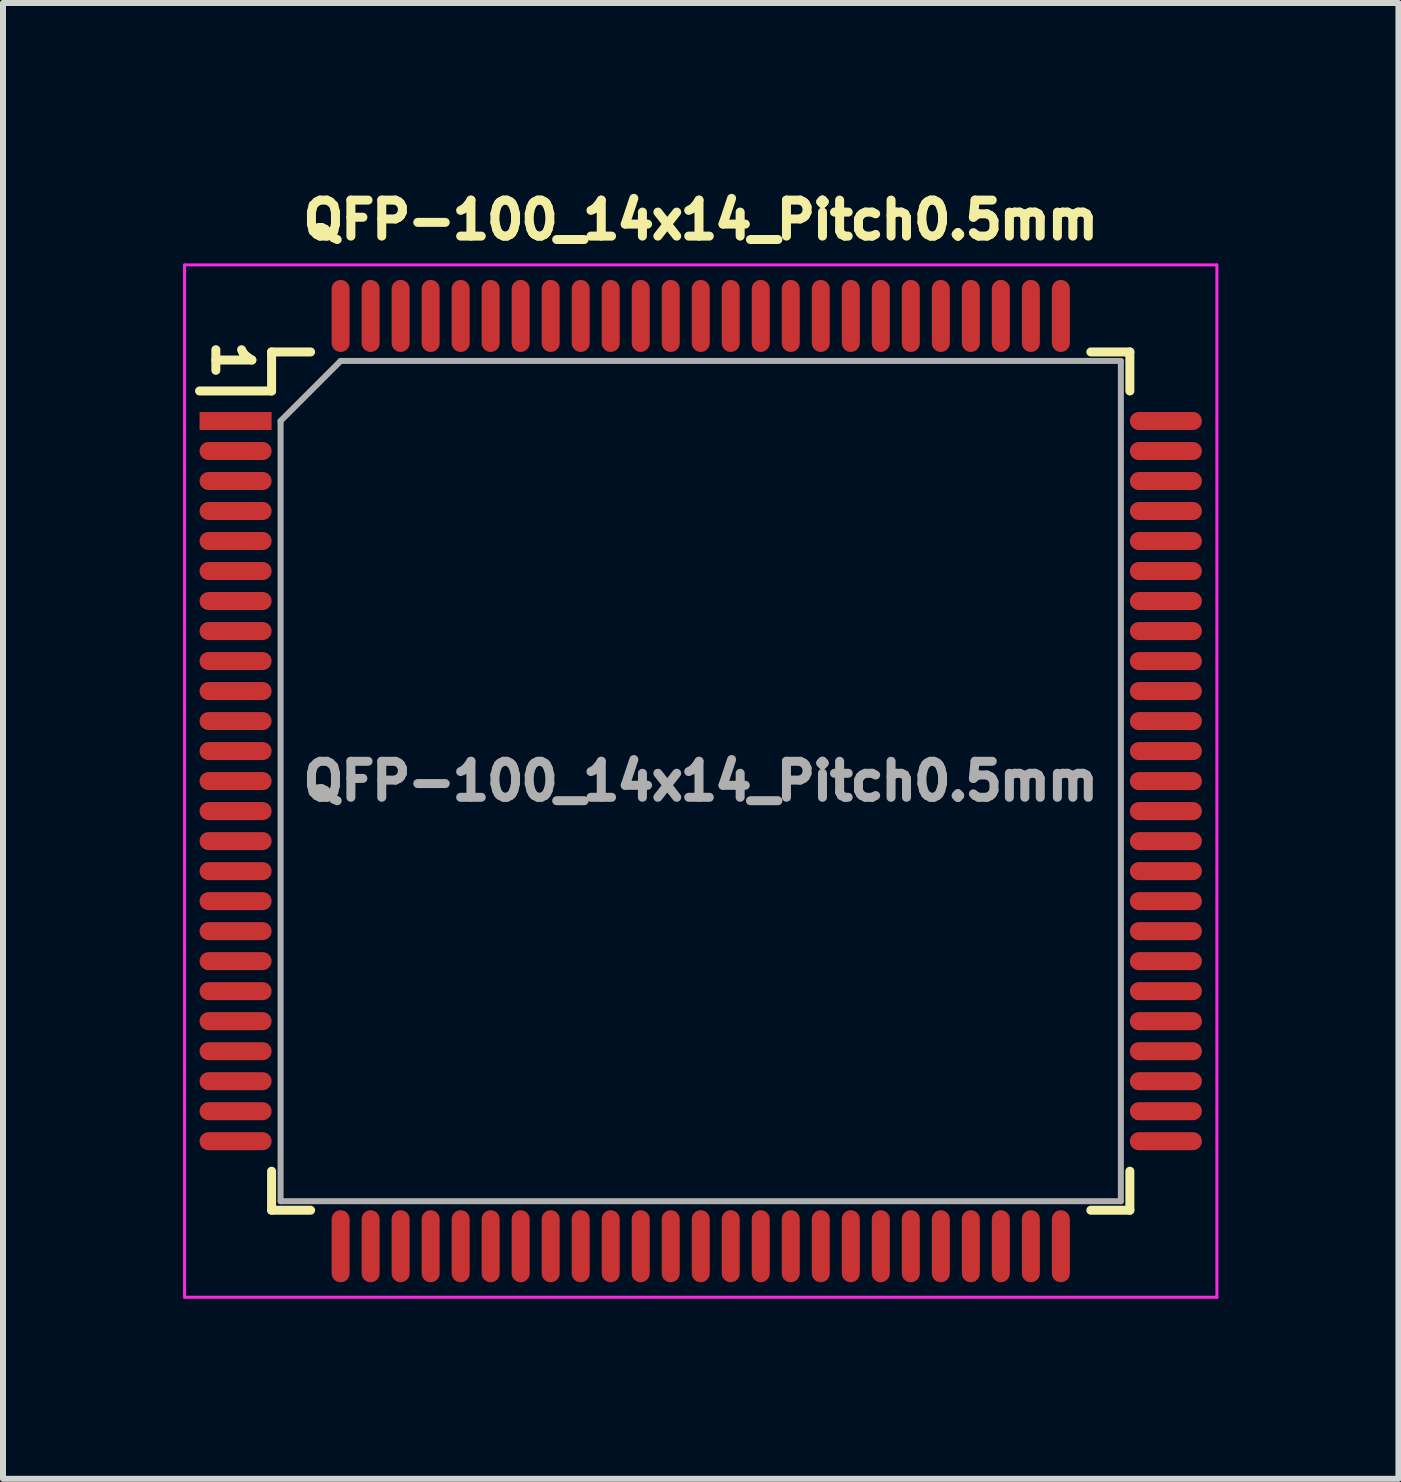
<source format=kicad_pcb>
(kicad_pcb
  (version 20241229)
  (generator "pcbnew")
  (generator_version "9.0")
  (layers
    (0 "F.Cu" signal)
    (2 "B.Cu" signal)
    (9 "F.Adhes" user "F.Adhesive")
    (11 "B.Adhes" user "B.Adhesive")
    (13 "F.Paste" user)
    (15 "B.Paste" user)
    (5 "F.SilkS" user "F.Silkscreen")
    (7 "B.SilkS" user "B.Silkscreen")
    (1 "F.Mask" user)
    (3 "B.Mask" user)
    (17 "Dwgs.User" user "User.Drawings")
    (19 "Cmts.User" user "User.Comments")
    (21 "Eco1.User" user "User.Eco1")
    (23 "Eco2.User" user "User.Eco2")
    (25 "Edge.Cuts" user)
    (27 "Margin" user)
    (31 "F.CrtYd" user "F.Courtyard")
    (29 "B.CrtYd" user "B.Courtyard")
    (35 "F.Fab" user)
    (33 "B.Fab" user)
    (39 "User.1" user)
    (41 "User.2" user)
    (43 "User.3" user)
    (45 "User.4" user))
  (footprint "QFP-100_14x14_Pitch0.5mm"
    (layer "F.Cu")
    (at 8.625 9.964)
    (property "Reference" "QFP-100_14x14_Pitch0.5mm" (at 0 -9.35 0) (layer "F.SilkS") (effects (font (size 0.6 0.6) (thickness 0.15))))
    (attr smd)
    (fp_line (start -7.15 -7.15) (end -7.15 -6.5) (stroke (width 0.15) (type default)) (layer "F.SilkS"))
    (fp_line (start -7.15 -6.5) (end -8.35 -6.5) (stroke (width 0.15) (type default)) (layer "F.SilkS"))
    (fp_line (start -7.15 7.15) (end -7.15 6.5) (stroke (width 0.15) (type default)) (layer "F.SilkS"))
    (fp_line (start -6.5 -7.15) (end -7.15 -7.15) (stroke (width 0.15) (type default)) (layer "F.SilkS"))
    (fp_line (start -6.5 7.15) (end -7.15 7.15) (stroke (width 0.15) (type default)) (layer "F.SilkS"))
    (fp_line (start 6.5 -7.15) (end 7.15 -7.15) (stroke (width 0.15) (type default)) (layer "F.SilkS"))
    (fp_line (start 6.5 7.15) (end 7.15 7.15) (stroke (width 0.15) (type default)) (layer "F.SilkS"))
    (fp_line (start 7.15 -7.15) (end 7.15 -6.5) (stroke (width 0.15) (type default)) (layer "F.SilkS"))
    (fp_line (start 7.15 7.15) (end 7.15 6.5) (stroke (width 0.15) (type default)) (layer "F.SilkS"))
    (fp_line (start -8.6 -8.6) (end 8.6 -8.6) (stroke (width 0.05) (type default)) (layer "F.CrtYd"))
    (fp_line (start -8.6 8.6) (end -8.6 -8.6) (stroke (width 0.05) (type default)) (layer "F.CrtYd"))
    (fp_line (start 8.6 -8.6) (end 8.6 8.6) (stroke (width 0.05) (type default)) (layer "F.CrtYd"))
    (fp_line (start 8.6 8.6) (end -8.6 8.6) (stroke (width 0.05) (type default)) (layer "F.CrtYd"))
    (fp_line (start -7 -6) (end -7 7) (stroke (width 0.1) (type default)) (layer "F.Fab"))
    (fp_line (start -7 7) (end 7 7) (stroke (width 0.1) (type default)) (layer "F.Fab"))
    (fp_line (start -6 -7) (end -7 -6) (stroke (width 0.1) (type default)) (layer "F.Fab"))
    (fp_line (start 7 -7) (end -6 -7) (stroke (width 0.1) (type default)) (layer "F.Fab"))
    (fp_line (start 7 7) (end 7 -7) (stroke (width 0.1) (type default)) (layer "F.Fab"))
    (fp_text user "1" (at -8.16 -7.4 270) (unlocked yes) (layer "F.SilkS") (effects (font (size 0.6 0.6) (thickness 0.15)) (justify left bottom)))
    (fp_text user "${REFERENCE}" (at 0 0 0) (layer "F.Fab") (effects (font (size 0.6 0.6) (thickness 0.15))))
    (pad "1" smd rect (at -7.75 -6 90) (size 0.3 1.2) (layers "F.Cu" "F.Mask" "F.Paste"))
    (pad "2" smd oval (at -7.75 -5.5 90) (size 0.3 1.2) (layers "F.Cu" "F.Mask" "F.Paste"))
    (pad "3" smd oval (at -7.75 -5 90) (size 0.3 1.2) (layers "F.Cu" "F.Mask" "F.Paste"))
    (pad "4" smd oval (at -7.75 -4.5 90) (size 0.3 1.2) (layers "F.Cu" "F.Mask" "F.Paste"))
    (pad "5" smd oval (at -7.75 -4 90) (size 0.3 1.2) (layers "F.Cu" "F.Mask" "F.Paste"))
    (pad "6" smd oval (at -7.75 -3.5 90) (size 0.3 1.2) (layers "F.Cu" "F.Mask" "F.Paste"))
    (pad "7" smd oval (at -7.75 -3 90) (size 0.3 1.2) (layers "F.Cu" "F.Mask" "F.Paste"))
    (pad "8" smd oval (at -7.75 -2.5 90) (size 0.3 1.2) (layers "F.Cu" "F.Mask" "F.Paste"))
    (pad "9" smd oval (at -7.75 -2 90) (size 0.3 1.2) (layers "F.Cu" "F.Mask" "F.Paste"))
    (pad "10" smd oval (at -7.75 -1.5 90) (size 0.3 1.2) (layers "F.Cu" "F.Mask" "F.Paste"))
    (pad "11" smd oval (at -7.75 -1 90) (size 0.3 1.2) (layers "F.Cu" "F.Mask" "F.Paste"))
    (pad "12" smd oval (at -7.75 -0.5 90) (size 0.3 1.2) (layers "F.Cu" "F.Mask" "F.Paste"))
    (pad "13" smd oval (at -7.75 0 90) (size 0.3 1.2) (layers "F.Cu" "F.Mask" "F.Paste"))
    (pad "14" smd oval (at -7.75 0.5 90) (size 0.3 1.2) (layers "F.Cu" "F.Mask" "F.Paste"))
    (pad "15" smd oval (at -7.75 1 90) (size 0.3 1.2) (layers "F.Cu" "F.Mask" "F.Paste"))
    (pad "16" smd oval (at -7.75 1.5 90) (size 0.3 1.2) (layers "F.Cu" "F.Mask" "F.Paste"))
    (pad "17" smd oval (at -7.75 2 90) (size 0.3 1.2) (layers "F.Cu" "F.Mask" "F.Paste"))
    (pad "18" smd oval (at -7.75 2.5 90) (size 0.3 1.2) (layers "F.Cu" "F.Mask" "F.Paste"))
    (pad "19" smd oval (at -7.75 3 90) (size 0.3 1.2) (layers "F.Cu" "F.Mask" "F.Paste"))
    (pad "20" smd oval (at -7.75 3.5 90) (size 0.3 1.2) (layers "F.Cu" "F.Mask" "F.Paste"))
    (pad "21" smd oval (at -7.75 4 90) (size 0.3 1.2) (layers "F.Cu" "F.Mask" "F.Paste"))
    (pad "22" smd oval (at -7.75 4.5 90) (size 0.3 1.2) (layers "F.Cu" "F.Mask" "F.Paste"))
    (pad "23" smd oval (at -7.75 5 90) (size 0.3 1.2) (layers "F.Cu" "F.Mask" "F.Paste"))
    (pad "24" smd oval (at -7.75 5.5 90) (size 0.3 1.2) (layers "F.Cu" "F.Mask" "F.Paste"))
    (pad "25" smd oval (at -7.75 6 90) (size 0.3 1.2) (layers "F.Cu" "F.Mask" "F.Paste"))
    (pad "26" smd oval (at -6 7.75) (size 0.3 1.2) (layers "F.Cu" "F.Mask" "F.Paste"))
    (pad "27" smd oval (at -5.5 7.75) (size 0.3 1.2) (layers "F.Cu" "F.Mask" "F.Paste"))
    (pad "28" smd oval (at -5 7.75) (size 0.3 1.2) (layers "F.Cu" "F.Mask" "F.Paste"))
    (pad "29" smd oval (at -4.5 7.75) (size 0.3 1.2) (layers "F.Cu" "F.Mask" "F.Paste"))
    (pad "30" smd oval (at -4 7.75) (size 0.3 1.2) (layers "F.Cu" "F.Mask" "F.Paste"))
    (pad "31" smd oval (at -3.5 7.75) (size 0.3 1.2) (layers "F.Cu" "F.Mask" "F.Paste"))
    (pad "32" smd oval (at -3 7.75) (size 0.3 1.2) (layers "F.Cu" "F.Mask" "F.Paste"))
    (pad "33" smd oval (at -2.5 7.75) (size 0.3 1.2) (layers "F.Cu" "F.Mask" "F.Paste"))
    (pad "34" smd oval (at -2 7.75) (size 0.3 1.2) (layers "F.Cu" "F.Mask" "F.Paste"))
    (pad "35" smd oval (at -1.5 7.75) (size 0.3 1.2) (layers "F.Cu" "F.Mask" "F.Paste"))
    (pad "36" smd oval (at -1 7.75) (size 0.3 1.2) (layers "F.Cu" "F.Mask" "F.Paste"))
    (pad "37" smd oval (at -0.5 7.75) (size 0.3 1.2) (layers "F.Cu" "F.Mask" "F.Paste"))
    (pad "38" smd oval (at 0 7.75) (size 0.3 1.2) (layers "F.Cu" "F.Mask" "F.Paste"))
    (pad "39" smd oval (at 0.5 7.75) (size 0.3 1.2) (layers "F.Cu" "F.Mask" "F.Paste"))
    (pad "40" smd oval (at 1 7.75) (size 0.3 1.2) (layers "F.Cu" "F.Mask" "F.Paste"))
    (pad "41" smd oval (at 1.5 7.75) (size 0.3 1.2) (layers "F.Cu" "F.Mask" "F.Paste"))
    (pad "42" smd oval (at 2 7.75) (size 0.3 1.2) (layers "F.Cu" "F.Mask" "F.Paste"))
    (pad "43" smd oval (at 2.5 7.75) (size 0.3 1.2) (layers "F.Cu" "F.Mask" "F.Paste"))
    (pad "44" smd oval (at 3 7.75) (size 0.3 1.2) (layers "F.Cu" "F.Mask" "F.Paste"))
    (pad "45" smd oval (at 3.5 7.75) (size 0.3 1.2) (layers "F.Cu" "F.Mask" "F.Paste"))
    (pad "46" smd oval (at 4 7.75) (size 0.3 1.2) (layers "F.Cu" "F.Mask" "F.Paste"))
    (pad "47" smd oval (at 4.5 7.75) (size 0.3 1.2) (layers "F.Cu" "F.Mask" "F.Paste"))
    (pad "48" smd oval (at 5 7.75) (size 0.3 1.2) (layers "F.Cu" "F.Mask" "F.Paste"))
    (pad "49" smd oval (at 5.5 7.75) (size 0.3 1.2) (layers "F.Cu" "F.Mask" "F.Paste"))
    (pad "50" smd oval (at 6 7.75) (size 0.3 1.2) (layers "F.Cu" "F.Mask" "F.Paste"))
    (pad "51" smd oval (at 7.75 6 90) (size 0.3 1.2) (layers "F.Cu" "F.Mask" "F.Paste"))
    (pad "52" smd oval (at 7.75 5.5 90) (size 0.3 1.2) (layers "F.Cu" "F.Mask" "F.Paste"))
    (pad "53" smd oval (at 7.75 5 90) (size 0.3 1.2) (layers "F.Cu" "F.Mask" "F.Paste"))
    (pad "54" smd oval (at 7.75 4.5 90) (size 0.3 1.2) (layers "F.Cu" "F.Mask" "F.Paste"))
    (pad "55" smd oval (at 7.75 4 90) (size 0.3 1.2) (layers "F.Cu" "F.Mask" "F.Paste"))
    (pad "56" smd oval (at 7.75 3.5 90) (size 0.3 1.2) (layers "F.Cu" "F.Mask" "F.Paste"))
    (pad "57" smd oval (at 7.75 3 90) (size 0.3 1.2) (layers "F.Cu" "F.Mask" "F.Paste"))
    (pad "58" smd oval (at 7.75 2.5 90) (size 0.3 1.2) (layers "F.Cu" "F.Mask" "F.Paste"))
    (pad "59" smd oval (at 7.75 2 90) (size 0.3 1.2) (layers "F.Cu" "F.Mask" "F.Paste"))
    (pad "60" smd oval (at 7.75 1.5 90) (size 0.3 1.2) (layers "F.Cu" "F.Mask" "F.Paste"))
    (pad "61" smd oval (at 7.75 1 90) (size 0.3 1.2) (layers "F.Cu" "F.Mask" "F.Paste"))
    (pad "62" smd oval (at 7.75 0.5 90) (size 0.3 1.2) (layers "F.Cu" "F.Mask" "F.Paste"))
    (pad "63" smd oval (at 7.75 0 90) (size 0.3 1.2) (layers "F.Cu" "F.Mask" "F.Paste"))
    (pad "64" smd oval (at 7.75 -0.5 90) (size 0.3 1.2) (layers "F.Cu" "F.Mask" "F.Paste"))
    (pad "65" smd oval (at 7.75 -1 90) (size 0.3 1.2) (layers "F.Cu" "F.Mask" "F.Paste"))
    (pad "66" smd oval (at 7.75 -1.5 90) (size 0.3 1.2) (layers "F.Cu" "F.Mask" "F.Paste"))
    (pad "67" smd oval (at 7.75 -2 90) (size 0.3 1.2) (layers "F.Cu" "F.Mask" "F.Paste"))
    (pad "68" smd oval (at 7.75 -2.5 90) (size 0.3 1.2) (layers "F.Cu" "F.Mask" "F.Paste"))
    (pad "69" smd oval (at 7.75 -3 90) (size 0.3 1.2) (layers "F.Cu" "F.Mask" "F.Paste"))
    (pad "70" smd oval (at 7.75 -3.5 90) (size 0.3 1.2) (layers "F.Cu" "F.Mask" "F.Paste"))
    (pad "71" smd oval (at 7.75 -4 90) (size 0.3 1.2) (layers "F.Cu" "F.Mask" "F.Paste"))
    (pad "72" smd oval (at 7.75 -4.5 90) (size 0.3 1.2) (layers "F.Cu" "F.Mask" "F.Paste"))
    (pad "73" smd oval (at 7.75 -5 90) (size 0.3 1.2) (layers "F.Cu" "F.Mask" "F.Paste"))
    (pad "74" smd oval (at 7.75 -5.5 90) (size 0.3 1.2) (layers "F.Cu" "F.Mask" "F.Paste"))
    (pad "75" smd oval (at 7.75 -6 90) (size 0.3 1.2) (layers "F.Cu" "F.Mask" "F.Paste"))
    (pad "76" smd oval (at 6 -7.75) (size 0.3 1.2) (layers "F.Cu" "F.Mask" "F.Paste"))
    (pad "77" smd oval (at 5.5 -7.75) (size 0.3 1.2) (layers "F.Cu" "F.Mask" "F.Paste"))
    (pad "78" smd oval (at 5 -7.75) (size 0.3 1.2) (layers "F.Cu" "F.Mask" "F.Paste"))
    (pad "79" smd oval (at 4.5 -7.75) (size 0.3 1.2) (layers "F.Cu" "F.Mask" "F.Paste"))
    (pad "80" smd oval (at 4 -7.75) (size 0.3 1.2) (layers "F.Cu" "F.Mask" "F.Paste"))
    (pad "81" smd oval (at 3.5 -7.75) (size 0.3 1.2) (layers "F.Cu" "F.Mask" "F.Paste"))
    (pad "82" smd oval (at 3 -7.75) (size 0.3 1.2) (layers "F.Cu" "F.Mask" "F.Paste"))
    (pad "83" smd oval (at 2.5 -7.75) (size 0.3 1.2) (layers "F.Cu" "F.Mask" "F.Paste"))
    (pad "84" smd oval (at 2 -7.75) (size 0.3 1.2) (layers "F.Cu" "F.Mask" "F.Paste"))
    (pad "85" smd oval (at 1.5 -7.75) (size 0.3 1.2) (layers "F.Cu" "F.Mask" "F.Paste"))
    (pad "86" smd oval (at 1 -7.75) (size 0.3 1.2) (layers "F.Cu" "F.Mask" "F.Paste"))
    (pad "87" smd oval (at 0.5 -7.75) (size 0.3 1.2) (layers "F.Cu" "F.Mask" "F.Paste"))
    (pad "88" smd oval (at 0 -7.75) (size 0.3 1.2) (layers "F.Cu" "F.Mask" "F.Paste"))
    (pad "89" smd oval (at -0.5 -7.75) (size 0.3 1.2) (layers "F.Cu" "F.Mask" "F.Paste"))
    (pad "90" smd oval (at -1 -7.75) (size 0.3 1.2) (layers "F.Cu" "F.Mask" "F.Paste"))
    (pad "91" smd oval (at -1.5 -7.75) (size 0.3 1.2) (layers "F.Cu" "F.Mask" "F.Paste"))
    (pad "92" smd oval (at -2 -7.75) (size 0.3 1.2) (layers "F.Cu" "F.Mask" "F.Paste"))
    (pad "93" smd oval (at -2.5 -7.75) (size 0.3 1.2) (layers "F.Cu" "F.Mask" "F.Paste"))
    (pad "94" smd oval (at -3 -7.75) (size 0.3 1.2) (layers "F.Cu" "F.Mask" "F.Paste"))
    (pad "95" smd oval (at -3.5 -7.75) (size 0.3 1.2) (layers "F.Cu" "F.Mask" "F.Paste"))
    (pad "96" smd oval (at -4 -7.75) (size 0.3 1.2) (layers "F.Cu" "F.Mask" "F.Paste"))
    (pad "97" smd oval (at -4.5 -7.75) (size 0.3 1.2) (layers "F.Cu" "F.Mask" "F.Paste"))
    (pad "98" smd oval (at -5 -7.75) (size 0.3 1.2) (layers "F.Cu" "F.Mask" "F.Paste"))
    (pad "99" smd oval (at -5.5 -7.75) (size 0.3 1.2) (layers "F.Cu" "F.Mask" "F.Paste"))
    (pad "100" smd oval (at -6 -7.75) (size 0.3 1.2) (layers "F.Cu" "F.Mask" "F.Paste")))
  (gr_rect
    (start -3 -3)
    (end 20.25 21.589)
    (stroke (width 0.1) (type default))
    (fill no)
    (layer "Edge.Cuts")))
</source>
